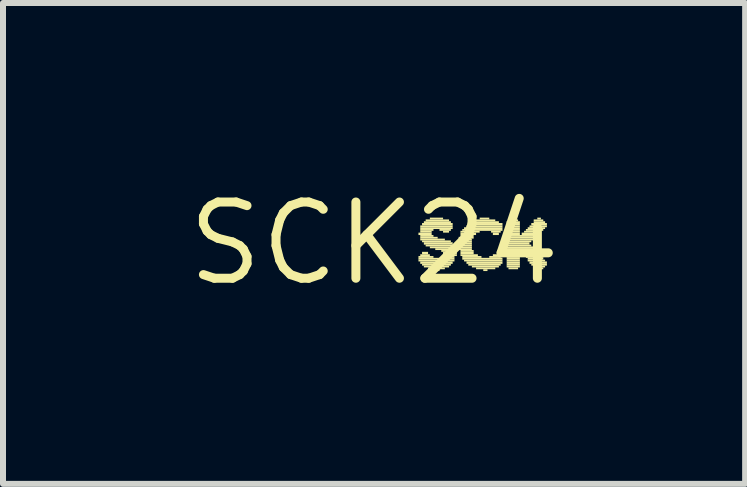
<source format=kicad_pcb>
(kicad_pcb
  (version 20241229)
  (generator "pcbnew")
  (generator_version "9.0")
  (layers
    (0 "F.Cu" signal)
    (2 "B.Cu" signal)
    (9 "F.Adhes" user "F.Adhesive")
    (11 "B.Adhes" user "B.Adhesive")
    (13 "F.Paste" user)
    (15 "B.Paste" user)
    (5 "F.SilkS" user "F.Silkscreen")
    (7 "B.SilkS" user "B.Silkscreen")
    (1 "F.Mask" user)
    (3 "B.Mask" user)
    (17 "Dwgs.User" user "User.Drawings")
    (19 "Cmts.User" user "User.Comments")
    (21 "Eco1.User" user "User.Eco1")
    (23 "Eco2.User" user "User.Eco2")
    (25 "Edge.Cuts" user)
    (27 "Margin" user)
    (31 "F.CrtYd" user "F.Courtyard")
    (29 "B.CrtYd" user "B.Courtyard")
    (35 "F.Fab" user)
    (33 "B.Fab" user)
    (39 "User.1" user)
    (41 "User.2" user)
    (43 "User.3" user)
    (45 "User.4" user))
  (footprint "SCK24"
    (layer "F.Cu")
    (at 3.182 1.006)
    (property "Reference" "SCK24" (at 0 0 0) (layer "F.SilkS") (effects (font (size 1.27 1.27) (thickness 0.15))))
    (fp_poly (pts (xy 0.74 -0.14) (xy 0.96 -0.14) (xy 0.96 -0.18) (xy 0.74 -0.18)) (stroke (width 0) (type default)) (fill yes) (layer "F.SilkS"))
    (fp_poly (pts (xy 0.74 0.24) (xy 0.99 0.24) (xy 0.99 0.21) (xy 0.74 0.21)) (stroke (width 0) (type default)) (fill yes) (layer "F.SilkS"))
    (fp_poly (pts (xy 0.74 0.27) (xy 1.34 0.27) (xy 1.34 0.24) (xy 0.74 0.24)) (stroke (width 0) (type default)) (fill yes) (layer "F.SilkS"))
    (fp_poly (pts (xy 0.74 0.3) (xy 1.34 0.3) (xy 1.34 0.27) (xy 0.74 0.27)) (stroke (width 0) (type default)) (fill yes) (layer "F.SilkS"))
    (fp_poly (pts (xy 0.77 -0.27) (xy 1.31 -0.27) (xy 1.31 -0.3) (xy 0.77 -0.3)) (stroke (width 0) (type default)) (fill yes) (layer "F.SilkS"))
    (fp_poly (pts (xy 0.77 -0.24) (xy 1.31 -0.24) (xy 1.31 -0.27) (xy 0.77 -0.27)) (stroke (width 0) (type default)) (fill yes) (layer "F.SilkS"))
    (fp_poly (pts (xy 0.77 -0.21) (xy 0.99 -0.21) (xy 0.99 -0.24) (xy 0.77 -0.24)) (stroke (width 0) (type default)) (fill yes) (layer "F.SilkS"))
    (fp_poly (pts (xy 0.77 -0.18) (xy 0.96 -0.18) (xy 0.96 -0.21) (xy 0.77 -0.21)) (stroke (width 0) (type default)) (fill yes) (layer "F.SilkS"))
    (fp_poly (pts (xy 0.77 -0.11) (xy 0.99 -0.11) (xy 0.99 -0.14) (xy 0.77 -0.14)) (stroke (width 0) (type default)) (fill yes) (layer "F.SilkS"))
    (fp_poly (pts (xy 0.77 -0.08) (xy 1.06 -0.08) (xy 1.06 -0.11) (xy 0.77 -0.11)) (stroke (width 0) (type default)) (fill yes) (layer "F.SilkS"))
    (fp_poly (pts (xy 0.77 -0.05) (xy 1.18 -0.05) (xy 1.18 -0.08) (xy 0.77 -0.08)) (stroke (width 0) (type default)) (fill yes) (layer "F.SilkS"))
    (fp_poly (pts (xy 0.77 0.21) (xy 0.93 0.21) (xy 0.93 0.18) (xy 0.77 0.18)) (stroke (width 0) (type default)) (fill yes) (layer "F.SilkS"))
    (fp_poly (pts (xy 0.77 0.34) (xy 1.31 0.34) (xy 1.31 0.3) (xy 0.77 0.3)) (stroke (width 0) (type default)) (fill yes) (layer "F.SilkS"))
    (fp_poly (pts (xy 0.8 -0.3) (xy 1.31 -0.3) (xy 1.31 -0.34) (xy 0.8 -0.34)) (stroke (width 0) (type default)) (fill yes) (layer "F.SilkS"))
    (fp_poly (pts (xy 0.8 -0.02) (xy 1.28 -0.02) (xy 1.28 -0.05) (xy 0.8 -0.05)) (stroke (width 0) (type default)) (fill yes) (layer "F.SilkS"))
    (fp_poly (pts (xy 0.8 0.18) (xy 0.9 0.18) (xy 0.9 0.14) (xy 0.8 0.14)) (stroke (width 0) (type default)) (fill yes) (layer "F.SilkS"))
    (fp_poly (pts (xy 0.8 0.37) (xy 1.28 0.37) (xy 1.28 0.34) (xy 0.8 0.34)) (stroke (width 0) (type default)) (fill yes) (layer "F.SilkS"))
    (fp_poly (pts (xy 0.83 -0.34) (xy 1.28 -0.34) (xy 1.28 -0.37) (xy 0.83 -0.37)) (stroke (width 0) (type default)) (fill yes) (layer "F.SilkS"))
    (fp_poly (pts (xy 0.83 0.02) (xy 1.31 0.02) (xy 1.31 -0.02) (xy 0.83 -0.02)) (stroke (width 0) (type default)) (fill yes) (layer "F.SilkS"))
    (fp_poly (pts (xy 0.83 0.4) (xy 1.25 0.4) (xy 1.25 0.37) (xy 0.83 0.37)) (stroke (width 0) (type default)) (fill yes) (layer "F.SilkS"))
    (fp_poly (pts (xy 0.86 -0.37) (xy 1.25 -0.37) (xy 1.25 -0.4) (xy 0.86 -0.4)) (stroke (width 0) (type default)) (fill yes) (layer "F.SilkS"))
    (fp_poly (pts (xy 0.86 0.05) (xy 1.34 0.05) (xy 1.34 0.02) (xy 0.86 0.02)) (stroke (width 0) (type default)) (fill yes) (layer "F.SilkS"))
    (fp_poly (pts (xy 0.9 0.43) (xy 1.18 0.43) (xy 1.18 0.4) (xy 0.9 0.4)) (stroke (width 0) (type default)) (fill yes) (layer "F.SilkS"))
    (fp_poly (pts (xy 0.93 -0.4) (xy 1.15 -0.4) (xy 1.15 -0.43) (xy 0.93 -0.43)) (stroke (width 0) (type default)) (fill yes) (layer "F.SilkS"))
    (fp_poly (pts (xy 0.93 0.08) (xy 1.34 0.08) (xy 1.34 0.05) (xy 0.93 0.05)) (stroke (width 0) (type default)) (fill yes) (layer "F.SilkS"))
    (fp_poly (pts (xy 1.02 0.11) (xy 1.34 0.11) (xy 1.34 0.08) (xy 1.02 0.08)) (stroke (width 0) (type default)) (fill yes) (layer "F.SilkS"))
    (fp_poly (pts (xy 1.02 0.46) (xy 1.09 0.46) (xy 1.09 0.43) (xy 1.02 0.43)) (stroke (width 0) (type default)) (fill yes) (layer "F.SilkS"))
    (fp_poly (pts (xy 1.09 -0.21) (xy 1.28 -0.21) (xy 1.28 -0.24) (xy 1.09 -0.24)) (stroke (width 0) (type default)) (fill yes) (layer "F.SilkS"))
    (fp_poly (pts (xy 1.12 0.14) (xy 1.38 0.14) (xy 1.38 0.11) (xy 1.12 0.11)) (stroke (width 0) (type default)) (fill yes) (layer "F.SilkS"))
    (fp_poly (pts (xy 1.12 0.24) (xy 1.34 0.24) (xy 1.34 0.21) (xy 1.12 0.21)) (stroke (width 0) (type default)) (fill yes) (layer "F.SilkS"))
    (fp_poly (pts (xy 1.15 -0.18) (xy 1.25 -0.18) (xy 1.25 -0.21) (xy 1.15 -0.21)) (stroke (width 0) (type default)) (fill yes) (layer "F.SilkS"))
    (fp_poly (pts (xy 1.15 0.18) (xy 1.38 0.18) (xy 1.38 0.14) (xy 1.15 0.14)) (stroke (width 0) (type default)) (fill yes) (layer "F.SilkS"))
    (fp_poly (pts (xy 1.15 0.21) (xy 1.38 0.21) (xy 1.38 0.18) (xy 1.15 0.18)) (stroke (width 0) (type default)) (fill yes) (layer "F.SilkS"))
    (fp_poly (pts (xy 1.41 -0.08) (xy 1.66 -0.08) (xy 1.66 -0.11) (xy 1.41 -0.11)) (stroke (width 0) (type default)) (fill yes) (layer "F.SilkS"))
    (fp_poly (pts (xy 1.41 -0.05) (xy 1.63 -0.05) (xy 1.63 -0.08) (xy 1.41 -0.08)) (stroke (width 0) (type default)) (fill yes) (layer "F.SilkS"))
    (fp_poly (pts (xy 1.41 -0.02) (xy 1.63 -0.02) (xy 1.63 -0.05) (xy 1.41 -0.05)) (stroke (width 0) (type default)) (fill yes) (layer "F.SilkS"))
    (fp_poly (pts (xy 1.41 0.02) (xy 1.63 0.02) (xy 1.63 -0.02) (xy 1.41 -0.02)) (stroke (width 0) (type default)) (fill yes) (layer "F.SilkS"))
    (fp_poly (pts (xy 1.41 0.05) (xy 1.63 0.05) (xy 1.63 0.02) (xy 1.41 0.02)) (stroke (width 0) (type default)) (fill yes) (layer "F.SilkS"))
    (fp_poly (pts (xy 1.41 0.08) (xy 1.63 0.08) (xy 1.63 0.05) (xy 1.41 0.05)) (stroke (width 0) (type default)) (fill yes) (layer "F.SilkS"))
    (fp_poly (pts (xy 1.41 0.11) (xy 1.63 0.11) (xy 1.63 0.08) (xy 1.41 0.08)) (stroke (width 0) (type default)) (fill yes) (layer "F.SilkS"))
    (fp_poly (pts (xy 1.44 -0.18) (xy 1.76 -0.18) (xy 1.76 -0.21) (xy 1.44 -0.21)) (stroke (width 0) (type default)) (fill yes) (layer "F.SilkS"))
    (fp_poly (pts (xy 1.44 -0.14) (xy 1.7 -0.14) (xy 1.7 -0.18) (xy 1.44 -0.18)) (stroke (width 0) (type default)) (fill yes) (layer "F.SilkS"))
    (fp_poly (pts (xy 1.44 -0.11) (xy 1.66 -0.11) (xy 1.66 -0.14) (xy 1.44 -0.14)) (stroke (width 0) (type default)) (fill yes) (layer "F.SilkS"))
    (fp_poly (pts (xy 1.44 0.14) (xy 1.66 0.14) (xy 1.66 0.11) (xy 1.44 0.11)) (stroke (width 0) (type default)) (fill yes) (layer "F.SilkS"))
    (fp_poly (pts (xy 1.44 0.18) (xy 1.66 0.18) (xy 1.66 0.14) (xy 1.44 0.14)) (stroke (width 0) (type default)) (fill yes) (layer "F.SilkS"))
    (fp_poly (pts (xy 1.44 0.21) (xy 1.73 0.21) (xy 1.73 0.18) (xy 1.44 0.18)) (stroke (width 0) (type default)) (fill yes) (layer "F.SilkS"))
    (fp_poly (pts (xy 1.47 -0.21) (xy 2.14 -0.21) (xy 2.14 -0.24) (xy 1.47 -0.24)) (stroke (width 0) (type default)) (fill yes) (layer "F.SilkS"))
    (fp_poly (pts (xy 1.47 0.24) (xy 1.79 0.24) (xy 1.79 0.21) (xy 1.47 0.21)) (stroke (width 0) (type default)) (fill yes) (layer "F.SilkS"))
    (fp_poly (pts (xy 1.47 0.27) (xy 2.14 0.27) (xy 2.14 0.24) (xy 1.47 0.24)) (stroke (width 0) (type default)) (fill yes) (layer "F.SilkS"))
    (fp_poly (pts (xy 1.5 -0.24) (xy 2.14 -0.24) (xy 2.14 -0.27) (xy 1.5 -0.27)) (stroke (width 0) (type default)) (fill yes) (layer "F.SilkS"))
    (fp_poly (pts (xy 1.5 0.3) (xy 2.14 0.3) (xy 2.14 0.27) (xy 1.5 0.27)) (stroke (width 0) (type default)) (fill yes) (layer "F.SilkS"))
    (fp_poly (pts (xy 1.54 -0.27) (xy 2.14 -0.27) (xy 2.14 -0.3) (xy 1.54 -0.3)) (stroke (width 0) (type default)) (fill yes) (layer "F.SilkS"))
    (fp_poly (pts (xy 1.54 0.34) (xy 2.14 0.34) (xy 2.14 0.3) (xy 1.54 0.3)) (stroke (width 0) (type default)) (fill yes) (layer "F.SilkS"))
    (fp_poly (pts (xy 1.57 -0.3) (xy 2.14 -0.3) (xy 2.14 -0.34) (xy 1.57 -0.34)) (stroke (width 0) (type default)) (fill yes) (layer "F.SilkS"))
    (fp_poly (pts (xy 1.57 0.37) (xy 2.11 0.37) (xy 2.11 0.34) (xy 1.57 0.34)) (stroke (width 0) (type default)) (fill yes) (layer "F.SilkS"))
    (fp_poly (pts (xy 1.6 -0.34) (xy 2.08 -0.34) (xy 2.08 -0.37) (xy 1.6 -0.37)) (stroke (width 0) (type default)) (fill yes) (layer "F.SilkS"))
    (fp_poly (pts (xy 1.63 0.4) (xy 2.08 0.4) (xy 2.08 0.37) (xy 1.63 0.37)) (stroke (width 0) (type default)) (fill yes) (layer "F.SilkS"))
    (fp_poly (pts (xy 1.66 -0.37) (xy 2.02 -0.37) (xy 2.02 -0.4) (xy 1.66 -0.4)) (stroke (width 0) (type default)) (fill yes) (layer "F.SilkS"))
    (fp_poly (pts (xy 1.7 0.43) (xy 2.02 0.43) (xy 2.02 0.4) (xy 1.7 0.4)) (stroke (width 0) (type default)) (fill yes) (layer "F.SilkS"))
    (fp_poly (pts (xy 1.76 -0.4) (xy 1.92 -0.4) (xy 1.92 -0.43) (xy 1.76 -0.43)) (stroke (width 0) (type default)) (fill yes) (layer "F.SilkS"))
    (fp_poly (pts (xy 1.82 0.46) (xy 1.89 0.46) (xy 1.89 0.43) (xy 1.82 0.43)) (stroke (width 0) (type default)) (fill yes) (layer "F.SilkS"))
    (fp_poly (pts (xy 1.92 0.24) (xy 2.11 0.24) (xy 2.11 0.21) (xy 1.92 0.21)) (stroke (width 0) (type default)) (fill yes) (layer "F.SilkS"))
    (fp_poly (pts (xy 1.95 -0.18) (xy 2.11 -0.18) (xy 2.11 -0.21) (xy 1.95 -0.21)) (stroke (width 0) (type default)) (fill yes) (layer "F.SilkS"))
    (fp_poly (pts (xy 1.98 -0.14) (xy 2.08 -0.14) (xy 2.08 -0.18) (xy 1.98 -0.18)) (stroke (width 0) (type default)) (fill yes) (layer "F.SilkS"))
    (fp_poly (pts (xy 1.98 0.21) (xy 2.08 0.21) (xy 2.08 0.18) (xy 1.98 0.18)) (stroke (width 0) (type default)) (fill yes) (layer "F.SilkS"))
    (fp_poly (pts (xy 2.21 -0.34) (xy 2.43 -0.34) (xy 2.43 -0.37) (xy 2.21 -0.37)) (stroke (width 0) (type default)) (fill yes) (layer "F.SilkS"))
    (fp_poly (pts (xy 2.21 -0.3) (xy 2.43 -0.3) (xy 2.43 -0.34) (xy 2.21 -0.34)) (stroke (width 0) (type default)) (fill yes) (layer "F.SilkS"))
    (fp_poly (pts (xy 2.21 -0.27) (xy 2.43 -0.27) (xy 2.43 -0.3) (xy 2.21 -0.3)) (stroke (width 0) (type default)) (fill yes) (layer "F.SilkS"))
    (fp_poly (pts (xy 2.21 -0.24) (xy 2.43 -0.24) (xy 2.43 -0.27) (xy 2.21 -0.27)) (stroke (width 0) (type default)) (fill yes) (layer "F.SilkS"))
    (fp_poly (pts (xy 2.21 -0.21) (xy 2.43 -0.21) (xy 2.43 -0.24) (xy 2.21 -0.24)) (stroke (width 0) (type default)) (fill yes) (layer "F.SilkS"))
    (fp_poly (pts (xy 2.21 -0.18) (xy 2.43 -0.18) (xy 2.43 -0.21) (xy 2.21 -0.21)) (stroke (width 0) (type default)) (fill yes) (layer "F.SilkS"))
    (fp_poly (pts (xy 2.21 -0.14) (xy 2.43 -0.14) (xy 2.43 -0.18) (xy 2.21 -0.18)) (stroke (width 0) (type default)) (fill yes) (layer "F.SilkS"))
    (fp_poly (pts (xy 2.21 -0.11) (xy 2.72 -0.11) (xy 2.72 -0.14) (xy 2.21 -0.14)) (stroke (width 0) (type default)) (fill yes) (layer "F.SilkS"))
    (fp_poly (pts (xy 2.21 -0.08) (xy 2.69 -0.08) (xy 2.69 -0.11) (xy 2.21 -0.11)) (stroke (width 0) (type default)) (fill yes) (layer "F.SilkS"))
    (fp_poly (pts (xy 2.21 -0.05) (xy 2.66 -0.05) (xy 2.66 -0.08) (xy 2.21 -0.08)) (stroke (width 0) (type default)) (fill yes) (layer "F.SilkS"))
    (fp_poly (pts (xy 2.21 -0.02) (xy 2.62 -0.02) (xy 2.62 -0.05) (xy 2.21 -0.05)) (stroke (width 0) (type default)) (fill yes) (layer "F.SilkS"))
    (fp_poly (pts (xy 2.21 0.02) (xy 2.59 0.02) (xy 2.59 -0.02) (xy 2.21 -0.02)) (stroke (width 0) (type default)) (fill yes) (layer "F.SilkS"))
    (fp_poly (pts (xy 2.21 0.05) (xy 2.62 0.05) (xy 2.62 0.02) (xy 2.21 0.02)) (stroke (width 0) (type default)) (fill yes) (layer "F.SilkS"))
    (fp_poly (pts (xy 2.21 0.08) (xy 2.66 0.08) (xy 2.66 0.05) (xy 2.21 0.05)) (stroke (width 0) (type default)) (fill yes) (layer "F.SilkS"))
    (fp_poly (pts (xy 2.21 0.11) (xy 2.69 0.11) (xy 2.69 0.08) (xy 2.21 0.08)) (stroke (width 0) (type default)) (fill yes) (layer "F.SilkS"))
    (fp_poly (pts (xy 2.21 0.14) (xy 2.72 0.14) (xy 2.72 0.11) (xy 2.21 0.11)) (stroke (width 0) (type default)) (fill yes) (layer "F.SilkS"))
    (fp_poly (pts (xy 2.21 0.18) (xy 2.43 0.18) (xy 2.43 0.14) (xy 2.21 0.14)) (stroke (width 0) (type default)) (fill yes) (layer "F.SilkS"))
    (fp_poly (pts (xy 2.21 0.21) (xy 2.43 0.21) (xy 2.43 0.18) (xy 2.21 0.18)) (stroke (width 0) (type default)) (fill yes) (layer "F.SilkS"))
    (fp_poly (pts (xy 2.21 0.24) (xy 2.43 0.24) (xy 2.43 0.21) (xy 2.21 0.21)) (stroke (width 0) (type default)) (fill yes) (layer "F.SilkS"))
    (fp_poly (pts (xy 2.21 0.27) (xy 2.43 0.27) (xy 2.43 0.24) (xy 2.21 0.24)) (stroke (width 0) (type default)) (fill yes) (layer "F.SilkS"))
    (fp_poly (pts (xy 2.21 0.3) (xy 2.43 0.3) (xy 2.43 0.27) (xy 2.21 0.27)) (stroke (width 0) (type default)) (fill yes) (layer "F.SilkS"))
    (fp_poly (pts (xy 2.21 0.34) (xy 2.43 0.34) (xy 2.43 0.3) (xy 2.21 0.3)) (stroke (width 0) (type default)) (fill yes) (layer "F.SilkS"))
    (fp_poly (pts (xy 2.21 0.37) (xy 2.43 0.37) (xy 2.43 0.34) (xy 2.21 0.34)) (stroke (width 0) (type default)) (fill yes) (layer "F.SilkS"))
    (fp_poly (pts (xy 2.21 0.4) (xy 2.43 0.4) (xy 2.43 0.37) (xy 2.21 0.37)) (stroke (width 0) (type default)) (fill yes) (layer "F.SilkS"))
    (fp_poly (pts (xy 2.24 -0.37) (xy 2.4 -0.37) (xy 2.4 -0.4) (xy 2.24 -0.4)) (stroke (width 0) (type default)) (fill yes) (layer "F.SilkS"))
    (fp_poly (pts (xy 2.24 0.43) (xy 2.4 0.43) (xy 2.4 0.4) (xy 2.24 0.4)) (stroke (width 0) (type default)) (fill yes) (layer "F.SilkS"))
    (fp_poly (pts (xy 2.3 -0.4) (xy 2.34 -0.4) (xy 2.34 -0.43) (xy 2.3 -0.43)) (stroke (width 0) (type default)) (fill yes) (layer "F.SilkS"))
    (fp_poly (pts (xy 2.46 -0.14) (xy 2.75 -0.14) (xy 2.75 -0.18) (xy 2.46 -0.18)) (stroke (width 0) (type default)) (fill yes) (layer "F.SilkS"))
    (fp_poly (pts (xy 2.46 0.18) (xy 2.75 0.18) (xy 2.75 0.14) (xy 2.46 0.14)) (stroke (width 0) (type default)) (fill yes) (layer "F.SilkS"))
    (fp_poly (pts (xy 2.5 -0.18) (xy 2.78 -0.18) (xy 2.78 -0.21) (xy 2.5 -0.21)) (stroke (width 0) (type default)) (fill yes) (layer "F.SilkS"))
    (fp_poly (pts (xy 2.5 0.21) (xy 2.78 0.21) (xy 2.78 0.18) (xy 2.5 0.18)) (stroke (width 0) (type default)) (fill yes) (layer "F.SilkS"))
    (fp_poly (pts (xy 2.53 -0.21) (xy 2.82 -0.21) (xy 2.82 -0.24) (xy 2.53 -0.24)) (stroke (width 0) (type default)) (fill yes) (layer "F.SilkS"))
    (fp_poly (pts (xy 2.53 0.24) (xy 2.82 0.24) (xy 2.82 0.21) (xy 2.53 0.21)) (stroke (width 0) (type default)) (fill yes) (layer "F.SilkS"))
    (fp_poly (pts (xy 2.56 -0.24) (xy 2.85 -0.24) (xy 2.85 -0.27) (xy 2.56 -0.27)) (stroke (width 0) (type default)) (fill yes) (layer "F.SilkS"))
    (fp_poly (pts (xy 2.56 0.27) (xy 2.82 0.27) (xy 2.82 0.24) (xy 2.56 0.24)) (stroke (width 0) (type default)) (fill yes) (layer "F.SilkS"))
    (fp_poly (pts (xy 2.56 0.3) (xy 2.85 0.3) (xy 2.85 0.27) (xy 2.56 0.27)) (stroke (width 0) (type default)) (fill yes) (layer "F.SilkS"))
    (fp_poly (pts (xy 2.59 -0.27) (xy 2.88 -0.27) (xy 2.88 -0.3) (xy 2.59 -0.3)) (stroke (width 0) (type default)) (fill yes) (layer "F.SilkS"))
    (fp_poly (pts (xy 2.59 0.34) (xy 2.88 0.34) (xy 2.88 0.3) (xy 2.59 0.3)) (stroke (width 0) (type default)) (fill yes) (layer "F.SilkS"))
    (fp_poly (pts (xy 2.62 -0.3) (xy 2.88 -0.3) (xy 2.88 -0.34) (xy 2.62 -0.34)) (stroke (width 0) (type default)) (fill yes) (layer "F.SilkS"))
    (fp_poly (pts (xy 2.62 0.37) (xy 2.88 0.37) (xy 2.88 0.34) (xy 2.62 0.34)) (stroke (width 0) (type default)) (fill yes) (layer "F.SilkS"))
    (fp_poly (pts (xy 2.66 -0.37) (xy 2.82 -0.37) (xy 2.82 -0.4) (xy 2.66 -0.4)) (stroke (width 0) (type default)) (fill yes) (layer "F.SilkS"))
    (fp_poly (pts (xy 2.66 -0.34) (xy 2.85 -0.34) (xy 2.85 -0.37) (xy 2.66 -0.37)) (stroke (width 0) (type default)) (fill yes) (layer "F.SilkS"))
    (fp_poly (pts (xy 2.66 0.4) (xy 2.85 0.4) (xy 2.85 0.37) (xy 2.66 0.37)) (stroke (width 0) (type default)) (fill yes) (layer "F.SilkS"))
    (fp_poly (pts (xy 2.69 0.43) (xy 2.82 0.43) (xy 2.82 0.4) (xy 2.69 0.4)) (stroke (width 0) (type default)) (fill yes) (layer "F.SilkS"))
    (fp_poly (pts (xy 2.72 -0.4) (xy 2.78 -0.4) (xy 2.78 -0.43) (xy 2.72 -0.43)) (stroke (width 0) (type default)) (fill yes) (layer "F.SilkS")))
  (gr_rect
    (start -3 -3)
    (end 9.365 5.012)
    (stroke (width 0.1) (type default))
    (fill no)
    (layer "Edge.Cuts")))
</source>
